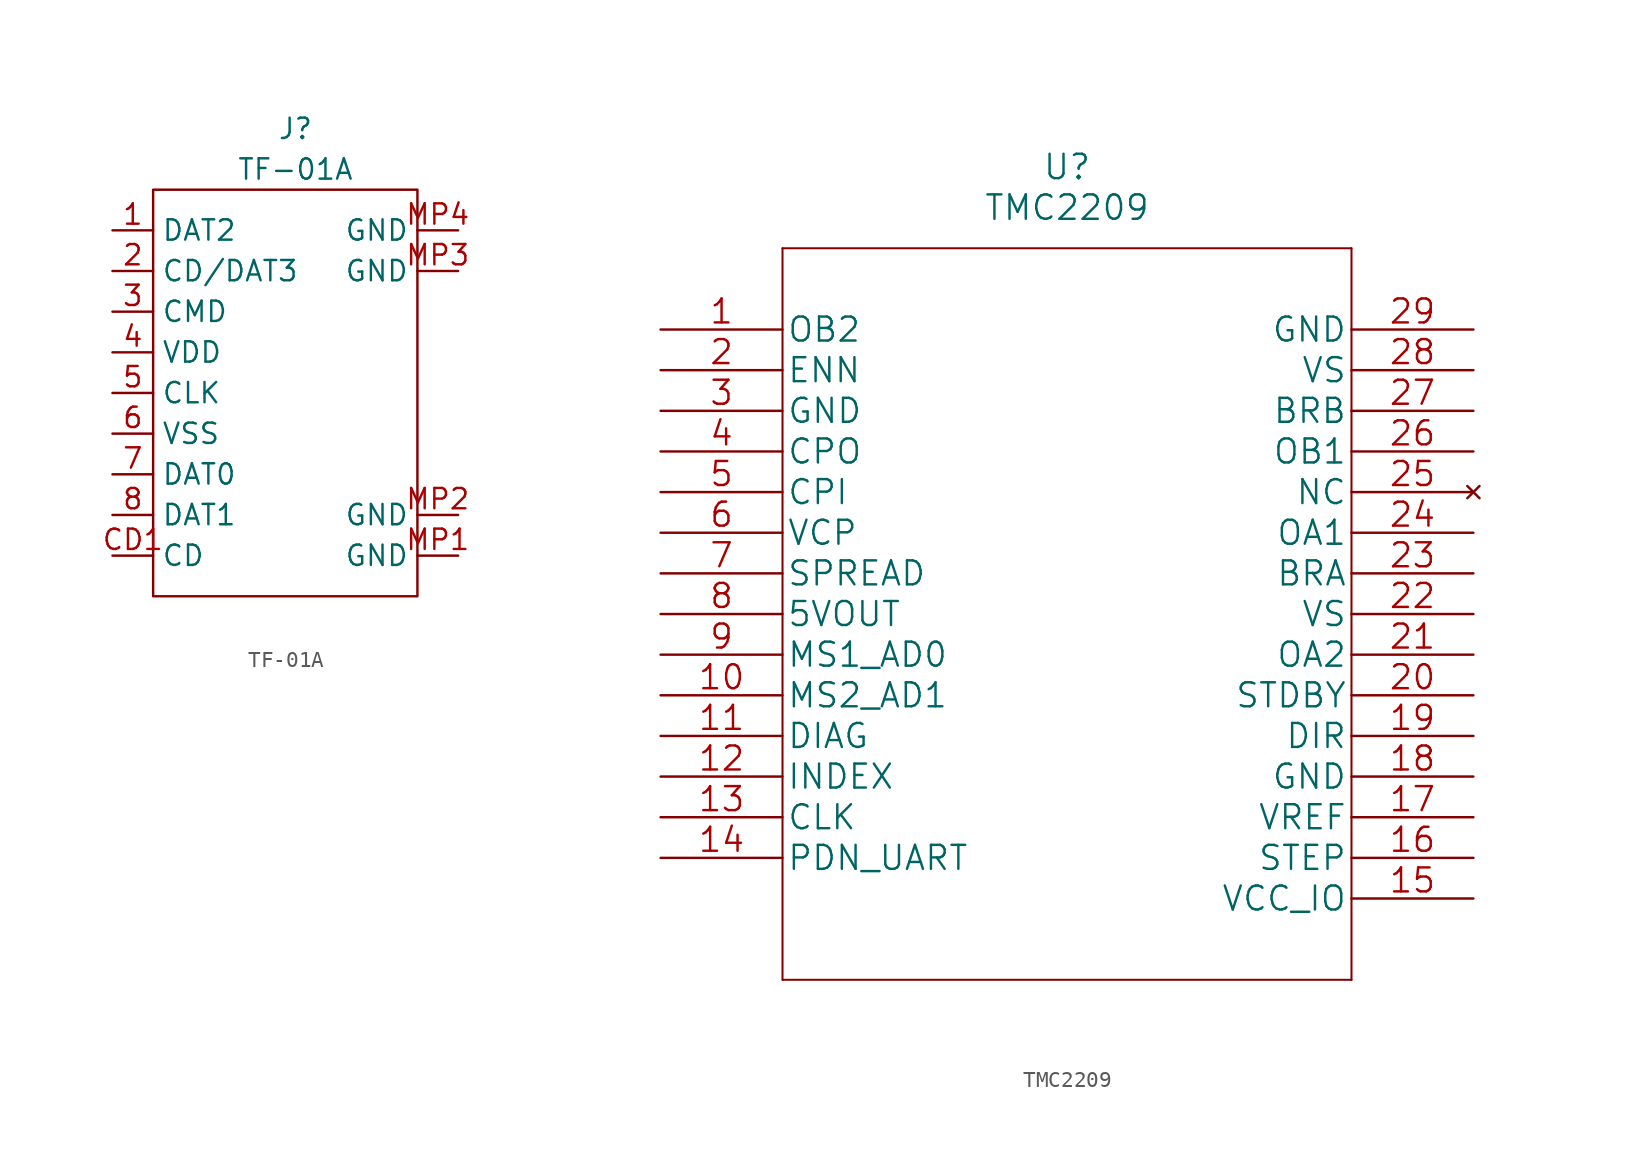
<source format=kicad_sym>
(kicad_symbol_lib
  (version 20211014)
  (generator kicad_symbol_editor)
  (symbol "TF-01A"
    (property "Reference" "J"
      (at 0 15.24 0)
      (effects (font (size 1.27 1.27))))
    (property "Value" "TF-01A"
      (at 0 12.7 0)
      (effects (font (size 1.27 1.27))))
    (symbol "TF-01A_0_1"
      (rectangle (start -8.89 11.43) (end 7.62 -13.97) (stroke (width 0) (type default) (color 0 0 0 0)) (fill (type none))))
    (symbol "TF-01A_1_1"
      (pin bidirectional line (at -11.43 8.89 0) (length 2.54) (name "DAT2" (effects (font (size 1.27 1.27)))) (number "1" (effects (font (size 1.27 1.27)))))
      (pin bidirectional line (at -11.43 6.35 0) (length 2.54) (name "CD/DAT3" (effects (font (size 1.27 1.27)))) (number "2" (effects (font (size 1.27 1.27)))))
      (pin input line (at -11.43 3.81 0) (length 2.54) (name "CMD" (effects (font (size 1.27 1.27)))) (number "3" (effects (font (size 1.27 1.27)))))
      (pin power_in line (at -11.43 1.27 0) (length 2.54) (name "VDD" (effects (font (size 1.27 1.27)))) (number "4" (effects (font (size 1.27 1.27)))))
      (pin input line (at -11.43 -1.27 0) (length 2.54) (name "CLK" (effects (font (size 1.27 1.27)))) (number "5" (effects (font (size 1.27 1.27)))))
      (pin power_in line (at -11.43 -3.81 0) (length 2.54) (name "VSS" (effects (font (size 1.27 1.27)))) (number "6" (effects (font (size 1.27 1.27)))))
      (pin bidirectional line (at -11.43 -6.35 0) (length 2.54) (name "DAT0" (effects (font (size 1.27 1.27)))) (number "7" (effects (font (size 1.27 1.27)))))
      (pin bidirectional line (at -11.43 -8.89 0) (length 2.54) (name "DAT1" (effects (font (size 1.27 1.27)))) (number "8" (effects (font (size 1.27 1.27)))))
      (pin output line (at -11.43 -11.43 0) (length 2.54) (name "CD" (effects (font (size 1.27 1.27)))) (number "CD1" (effects (font (size 1.27 1.27)))))
      (pin power_in line (at 10.16 -11.43 180) (length 2.54) (name "GND" (effects (font (size 1.27 1.27)))) (number "MP1" (effects (font (size 1.27 1.27)))))
      (pin power_in line (at 10.16 -8.89 180) (length 2.54) (name "GND" (effects (font (size 1.27 1.27)))) (number "MP2" (effects (font (size 1.27 1.27)))))
      (pin power_in line (at 10.16 6.35 180) (length 2.54) (name "GND" (effects (font (size 1.27 1.27)))) (number "MP3" (effects (font (size 1.27 1.27)))))
      (pin power_in line (at 10.16 8.89 180) (length 2.54) (name "GND" (effects (font (size 1.27 1.27)))) (number "MP4" (effects (font (size 1.27 1.27)))))))
  (symbol "TMC2209"
    (pin_names
      (offset 0.254))
    (property "Reference" "U"
      (at 25.4 10.16 0)
      (effects (font (size 1.524 1.524))))
    (property "Value" "TMC2209"
      (at 25.4 7.62 0)
      (effects (font (size 1.524 1.524))))
    (property "Datasheet" ""
      (at 0 0 0)
      (effects (font (size 1.524 1.524))))
    (property "ki_locked" ""
      (at 0 0 0)
      (effects (font (size 1.27 1.27))))
    (symbol "TMC2209_1_1"
      (polyline (pts (xy 7.62 -40.64) (xy 43.18 -40.64)) (stroke (width 0.127) (type default) (color 0 0 0 0)) (fill (type none)))
      (polyline (pts (xy 7.62 5.08) (xy 7.62 -40.64)) (stroke (width 0.127) (type default) (color 0 0 0 0)) (fill (type none)))
      (polyline (pts (xy 43.18 -40.64) (xy 43.18 5.08)) (stroke (width 0.127) (type default) (color 0 0 0 0)) (fill (type none)))
      (polyline (pts (xy 43.18 5.08) (xy 7.62 5.08)) (stroke (width 0.127) (type default) (color 0 0 0 0)) (fill (type none)))
      (pin output line (at 0 0 0) (length 7.62) (name "OB2" (effects (font (size 1.499 1.499)))) (number "1" (effects (font (size 1.499 1.499)))))
      (pin input line (at 0 -22.86 0) (length 7.62) (name "MS2_AD1" (effects (font (size 1.499 1.499)))) (number "10" (effects (font (size 1.499 1.499)))))
      (pin output line (at 0 -25.4 0) (length 7.62) (name "DIAG" (effects (font (size 1.499 1.499)))) (number "11" (effects (font (size 1.499 1.499)))))
      (pin output line (at 0 -27.94 0) (length 7.62) (name "INDEX" (effects (font (size 1.499 1.499)))) (number "12" (effects (font (size 1.499 1.499)))))
      (pin input line (at 0 -30.48 0) (length 7.62) (name "CLK" (effects (font (size 1.499 1.499)))) (number "13" (effects (font (size 1.499 1.499)))))
      (pin bidirectional line (at 0 -33.02 0) (length 7.62) (name "PDN_UART" (effects (font (size 1.499 1.499)))) (number "14" (effects (font (size 1.499 1.499)))))
      (pin power_in line (at 50.8 -35.56 180) (length 7.62) (name "VCC_IO" (effects (font (size 1.499 1.499)))) (number "15" (effects (font (size 1.499 1.499)))))
      (pin input line (at 50.8 -33.02 180) (length 7.62) (name "STEP" (effects (font (size 1.499 1.499)))) (number "16" (effects (font (size 1.499 1.499)))))
      (pin unspecified line (at 50.8 -30.48 180) (length 7.62) (name "VREF" (effects (font (size 1.499 1.499)))) (number "17" (effects (font (size 1.499 1.499)))))
      (pin input line (at 50.8 -27.94 180) (length 7.62) (name "GND" (effects (font (size 1.499 1.499)))) (number "18" (effects (font (size 1.499 1.499)))))
      (pin input line (at 50.8 -25.4 180) (length 7.62) (name "DIR" (effects (font (size 1.499 1.499)))) (number "19" (effects (font (size 1.499 1.499)))))
      (pin input line (at 0 -2.54 0) (length 7.62) (name "ENN" (effects (font (size 1.499 1.499)))) (number "2" (effects (font (size 1.499 1.499)))))
      (pin power_in line (at 50.8 -22.86 180) (length 7.62) (name "STDBY" (effects (font (size 1.499 1.499)))) (number "20" (effects (font (size 1.499 1.499)))))
      (pin output line (at 50.8 -20.32 180) (length 7.62) (name "OA2" (effects (font (size 1.499 1.499)))) (number "21" (effects (font (size 1.499 1.499)))))
      (pin power_in line (at 50.8 -17.78 180) (length 7.62) (name "VS" (effects (font (size 1.499 1.499)))) (number "22" (effects (font (size 1.499 1.499)))))
      (pin unspecified line (at 50.8 -15.24 180) (length 7.62) (name "BRA" (effects (font (size 1.499 1.499)))) (number "23" (effects (font (size 1.499 1.499)))))
      (pin output line (at 50.8 -12.7 180) (length 7.62) (name "OA1" (effects (font (size 1.499 1.499)))) (number "24" (effects (font (size 1.499 1.499)))))
      (pin no_connect line (at 50.8 -10.16 180) (length 7.62) (name "NC" (effects (font (size 1.499 1.499)))) (number "25" (effects (font (size 1.499 1.499)))))
      (pin output line (at 50.8 -7.62 180) (length 7.62) (name "OB1" (effects (font (size 1.499 1.499)))) (number "26" (effects (font (size 1.499 1.499)))))
      (pin unspecified line (at 50.8 -5.08 180) (length 7.62) (name "BRB" (effects (font (size 1.499 1.499)))) (number "27" (effects (font (size 1.499 1.499)))))
      (pin power_in line (at 50.8 -2.54 180) (length 7.62) (name "VS" (effects (font (size 1.499 1.499)))) (number "28" (effects (font (size 1.499 1.499)))))
      (pin power_in line (at 50.8 0 180) (length 7.62) (name "GND" (effects (font (size 1.499 1.499)))) (number "29" (effects (font (size 1.499 1.499)))))
      (pin power_in line (at 0 -5.08 0) (length 7.62) (name "GND" (effects (font (size 1.499 1.499)))) (number "3" (effects (font (size 1.499 1.499)))))
      (pin output line (at 0 -7.62 0) (length 7.62) (name "CPO" (effects (font (size 1.499 1.499)))) (number "4" (effects (font (size 1.499 1.499)))))
      (pin input line (at 0 -10.16 0) (length 7.62) (name "CPI" (effects (font (size 1.499 1.499)))) (number "5" (effects (font (size 1.499 1.499)))))
      (pin power_in line (at 0 -12.7 0) (length 7.62) (name "VCP" (effects (font (size 1.499 1.499)))) (number "6" (effects (font (size 1.499 1.499)))))
      (pin input line (at 0 -15.24 0) (length 7.62) (name "SPREAD" (effects (font (size 1.499 1.499)))) (number "7" (effects (font (size 1.499 1.499)))))
      (pin output line (at 0 -17.78 0) (length 7.62) (name "5VOUT" (effects (font (size 1.499 1.499)))) (number "8" (effects (font (size 1.499 1.499)))))
      (pin input line (at 0 -20.32 0) (length 7.62) (name "MS1_AD0" (effects (font (size 1.499 1.499)))) (number "9" (effects (font (size 1.499 1.499))))))))
</source>
